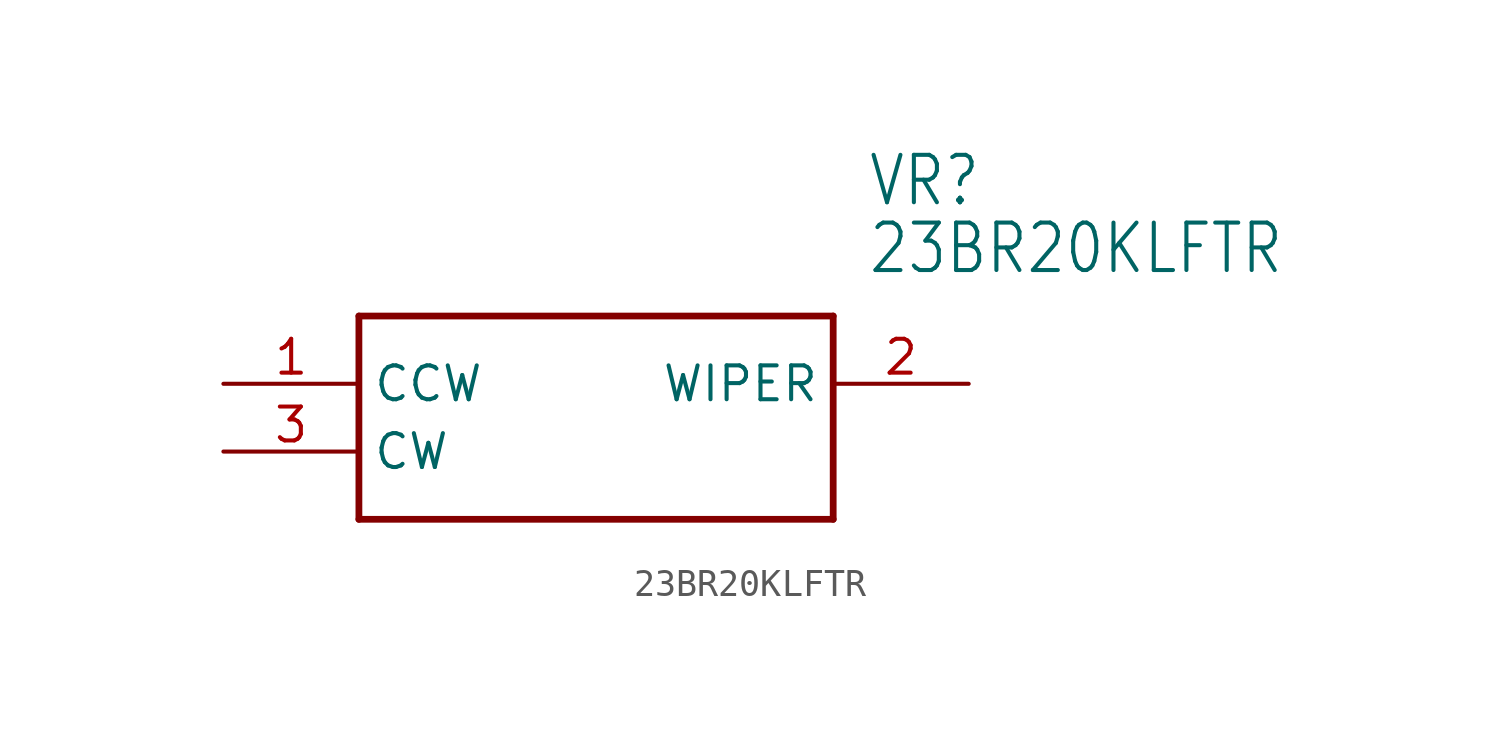
<source format=kicad_sym>
(kicad_symbol_lib
  (version 20211014)
  (generator kicad_symbol_editor)
  (symbol "23BR20KLFTR"
    (property "Reference" "VR"
      (at 24.13 7.62 0)
      (effects (font (size 1.778 1.511)) (justify left)))
    (property "Value" "23BR20KLFTR"
      (at 24.13 5.08 0)
      (effects (font (size 1.778 1.511)) (justify left)))
    (property "ki_locked" ""
      (at 0 0 0)
      (effects (font (size 1.27 1.27))))
    (symbol "23BR20KLFTR_1_0"
      (polyline (pts (xy 5.08 2.54) (xy 5.08 -5.08)) (stroke (width 0.254) (type default) (color 0 0 0 0)) (fill (type none)))
      (polyline (pts (xy 5.08 2.54) (xy 22.86 2.54)) (stroke (width 0.254) (type default) (color 0 0 0 0)) (fill (type none)))
      (polyline (pts (xy 22.86 -5.08) (xy 5.08 -5.08)) (stroke (width 0.254) (type default) (color 0 0 0 0)) (fill (type none)))
      (polyline (pts (xy 22.86 -5.08) (xy 22.86 2.54)) (stroke (width 0.254) (type default) (color 0 0 0 0)) (fill (type none)))
      (pin bidirectional line (at 0 0 0) (length 5.08) (name "CCW" (effects (font (size 1.27 1.27)))) (number "1" (effects (font (size 1.27 1.27)))))
      (pin bidirectional line (at 27.94 0 180) (length 5.08) (name "WIPER" (effects (font (size 1.27 1.27)))) (number "2" (effects (font (size 1.27 1.27)))))
      (pin bidirectional line (at 0 -2.54 0) (length 5.08) (name "CW" (effects (font (size 1.27 1.27)))) (number "3" (effects (font (size 1.27 1.27))))))))
</source>
